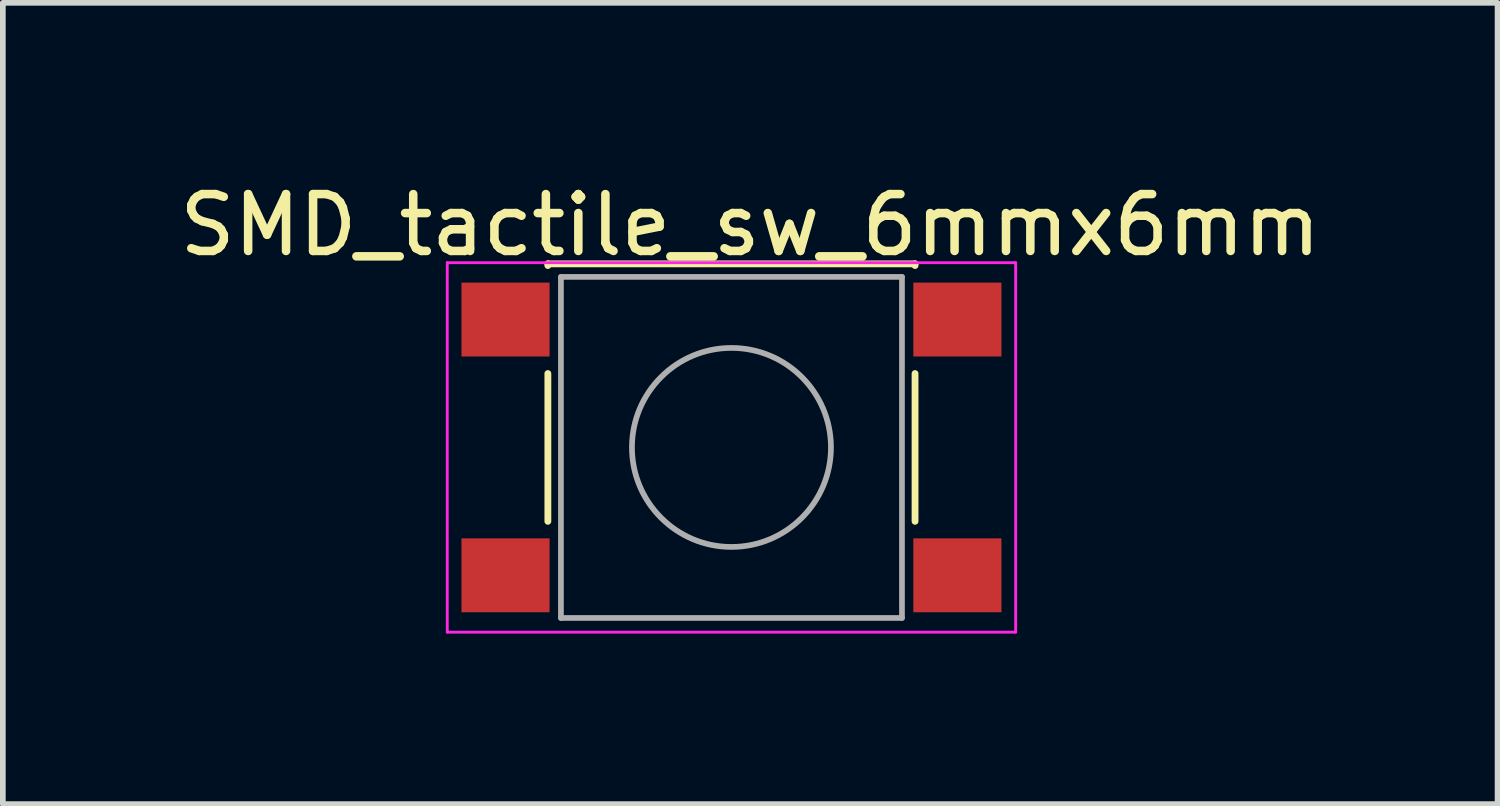
<source format=kicad_pcb>
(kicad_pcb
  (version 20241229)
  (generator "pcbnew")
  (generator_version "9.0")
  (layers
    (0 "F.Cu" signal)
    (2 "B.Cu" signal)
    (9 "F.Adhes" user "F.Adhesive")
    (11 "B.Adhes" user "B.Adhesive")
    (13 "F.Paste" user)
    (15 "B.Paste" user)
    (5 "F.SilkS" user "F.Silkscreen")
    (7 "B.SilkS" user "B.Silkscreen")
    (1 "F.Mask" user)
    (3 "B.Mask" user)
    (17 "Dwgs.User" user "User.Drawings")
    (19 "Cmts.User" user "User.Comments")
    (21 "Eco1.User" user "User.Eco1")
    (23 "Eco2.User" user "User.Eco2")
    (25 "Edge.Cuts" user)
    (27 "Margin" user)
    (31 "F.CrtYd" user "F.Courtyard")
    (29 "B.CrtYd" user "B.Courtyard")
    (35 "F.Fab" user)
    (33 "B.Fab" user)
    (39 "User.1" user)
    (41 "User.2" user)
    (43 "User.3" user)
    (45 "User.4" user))
  (footprint "SMD_tactile_sw_6mmx6mm"
    (layer "F.Cu")
    (at 9.819 0.25)
    (property "Reference" "SMD_tactile_sw_6mmx6mm" (at 0.33 0.66 0) (layer "F.SilkS") (effects (font (size 1 1) (thickness 0.15))))
    (attr through_hole)
    (fp_line (start -3.23 1.342) (end 3.23 1.342) (stroke (width 0.12) (type solid)) (layer "F.SilkS"))
    (fp_line (start -3.23 1.372) (end -3.23 1.342) (stroke (width 0.12) (type solid)) (layer "F.SilkS"))
    (fp_line (start -3.23 3.272) (end -3.23 5.872) (stroke (width 0.12) (type solid)) (layer "F.SilkS"))
    (fp_line (start 3.23 1.342) (end 3.23 1.372) (stroke (width 0.12) (type solid)) (layer "F.SilkS"))
    (fp_line (start 3.23 3.272) (end 3.23 5.872) (stroke (width 0.12) (type solid)) (layer "F.SilkS"))
    (fp_line (start -5 1.322) (end -5 7.822) (stroke (width 0.05) (type solid)) (layer "F.CrtYd"))
    (fp_line (start -5 1.322) (end 5 1.322) (stroke (width 0.05) (type solid)) (layer "F.CrtYd"))
    (fp_line (start -5 7.822) (end 5 7.822) (stroke (width 0.05) (type solid)) (layer "F.CrtYd"))
    (fp_line (start 5 7.822) (end 5 1.322) (stroke (width 0.05) (type solid)) (layer "F.CrtYd"))
    (fp_line (start -3 1.572) (end -3 7.572) (stroke (width 0.1) (type solid)) (layer "F.Fab"))
    (fp_line (start -3 7.572) (end 3 7.572) (stroke (width 0.1) (type solid)) (layer "F.Fab"))
    (fp_line (start 3 1.572) (end -3 1.572) (stroke (width 0.1) (type solid)) (layer "F.Fab"))
    (fp_line (start 3 7.572) (end 3 1.572) (stroke (width 0.1) (type solid)) (layer "F.Fab"))
    (fp_circle (center 0 4.572) (end 1.75 4.522) (stroke (width 0.1) (type solid)) (fill no) (layer "F.Fab"))
    (pad "1" smd rect (at -3.975 2.322) (size 1.55 1.3) (layers "F.Cu" "F.Mask" "F.Paste"))
    (pad "1" smd rect (at 3.975 2.322) (size 1.55 1.3) (layers "F.Cu" "F.Mask" "F.Paste"))
    (pad "2" smd rect (at -3.975 6.822) (size 1.55 1.3) (layers "F.Cu" "F.Mask" "F.Paste"))
    (pad "2" smd rect (at 3.975 6.822) (size 1.55 1.3) (layers "F.Cu" "F.Mask" "F.Paste")))
  (gr_rect
    (start -3 -3)
    (end 23.298 11.097)
    (stroke (width 0.1) (type default))
    (fill no)
    (layer "Edge.Cuts")))
</source>
